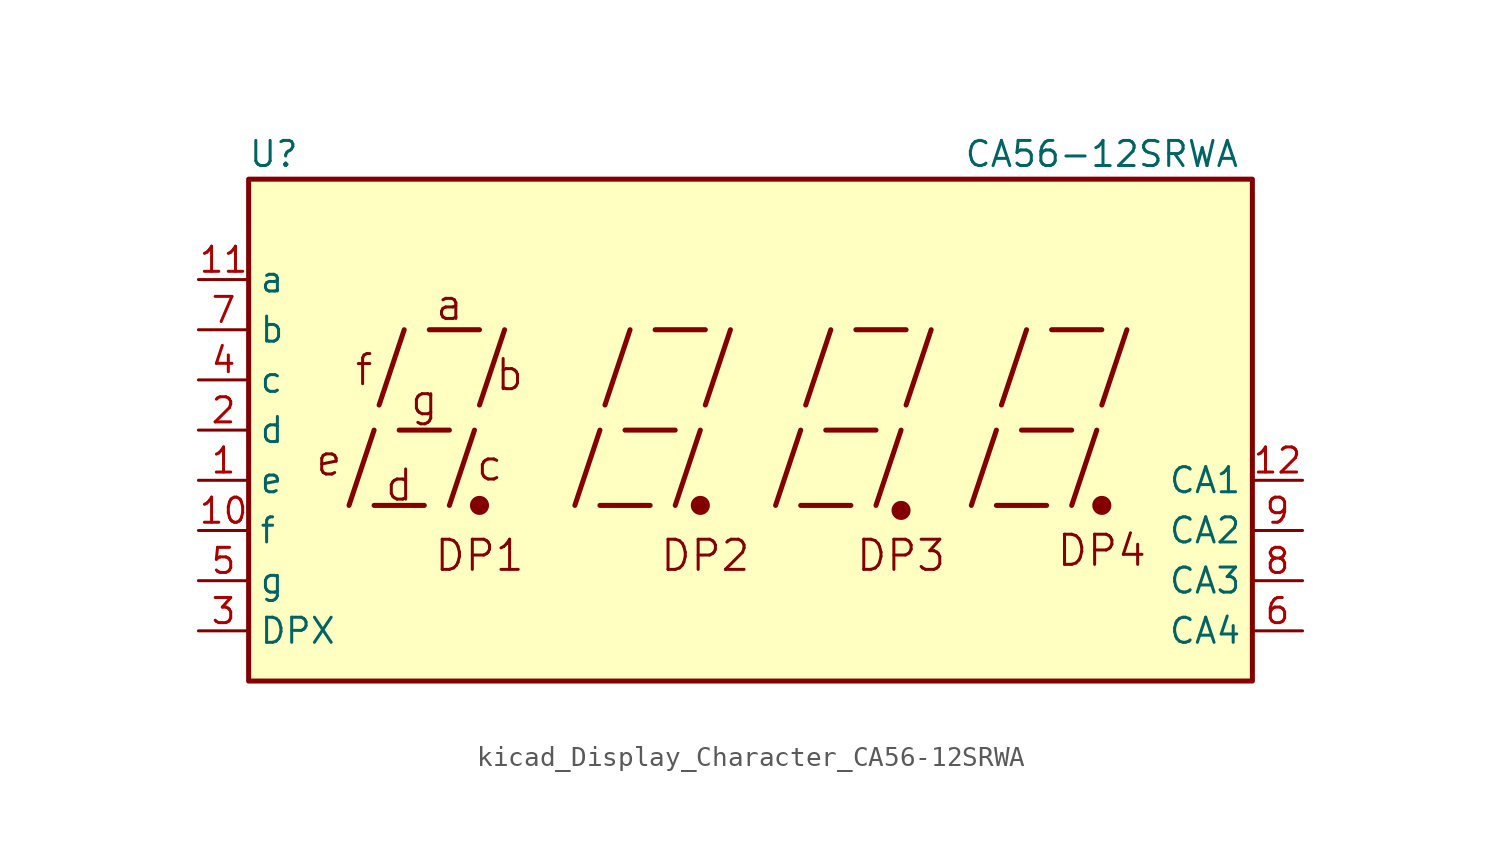
<source format=kicad_sym>
(kicad_symbol_lib
  (version 20220914)
  (generator kicad_symbol_editor)
  (symbol "kicad_Display_Character_CA56-12SRWA"
    (property "Reference" "U"
      (at -24.13 13.97 0)
      (effects (font (size 1.27 1.27))))
    (property "Value" "CA56-12SRWA"
      (at 17.78 13.97 0)
      (effects (font (size 1.27 1.27))))
    (symbol "kicad_Display_Character_CA56-12SRWA_0_0"
      (rectangle (start -25.4 12.7) (end 25.4 -12.7) (stroke (width 0.254) (type default)) (fill (type background)))
      (polyline (pts (xy -20.32 -3.81) (xy -19.05 0)) (stroke (width 0.254) (type default)) (fill (type none)))
      (polyline (pts (xy -19.05 -3.81) (xy -16.51 -3.81)) (stroke (width 0.254) (type default)) (fill (type none)))
      (polyline (pts (xy -18.796 1.27) (xy -17.526 5.08)) (stroke (width 0.254) (type default)) (fill (type none)))
      (polyline (pts (xy -17.78 0) (xy -15.24 0)) (stroke (width 0.254) (type default)) (fill (type none)))
      (polyline (pts (xy -16.256 5.08) (xy -13.716 5.08)) (stroke (width 0.254) (type default)) (fill (type none)))
      (polyline (pts (xy -15.24 -3.81) (xy -13.97 0)) (stroke (width 0.254) (type default)) (fill (type none)))
      (polyline (pts (xy -13.716 1.27) (xy -12.446 5.08)) (stroke (width 0.254) (type default)) (fill (type none)))
      (polyline (pts (xy -8.89 -3.81) (xy -7.62 0)) (stroke (width 0.254) (type default)) (fill (type none)))
      (polyline (pts (xy -7.62 -3.81) (xy -5.08 -3.81)) (stroke (width 0.254) (type default)) (fill (type none)))
      (polyline (pts (xy -7.366 1.27) (xy -6.096 5.08)) (stroke (width 0.254) (type default)) (fill (type none)))
      (polyline (pts (xy -6.35 0) (xy -3.81 0)) (stroke (width 0.254) (type default)) (fill (type none)))
      (polyline (pts (xy -4.826 5.08) (xy -2.286 5.08)) (stroke (width 0.254) (type default)) (fill (type none)))
      (polyline (pts (xy -3.81 -3.81) (xy -2.54 0)) (stroke (width 0.254) (type default)) (fill (type none)))
      (polyline (pts (xy -2.286 1.27) (xy -1.016 5.08)) (stroke (width 0.254) (type default)) (fill (type none)))
      (polyline (pts (xy 1.27 -3.81) (xy 2.54 0)) (stroke (width 0.254) (type default)) (fill (type none)))
      (polyline (pts (xy 2.54 -3.81) (xy 5.08 -3.81)) (stroke (width 0.254) (type default)) (fill (type none)))
      (polyline (pts (xy 2.794 1.27) (xy 4.064 5.08)) (stroke (width 0.254) (type default)) (fill (type none)))
      (polyline (pts (xy 3.81 0) (xy 6.35 0)) (stroke (width 0.254) (type default)) (fill (type none)))
      (polyline (pts (xy 5.334 5.08) (xy 7.874 5.08)) (stroke (width 0.254) (type default)) (fill (type none)))
      (polyline (pts (xy 6.35 -3.81) (xy 7.62 0)) (stroke (width 0.254) (type default)) (fill (type none)))
      (polyline (pts (xy 7.874 1.27) (xy 9.144 5.08)) (stroke (width 0.254) (type default)) (fill (type none)))
      (polyline (pts (xy 11.176 -3.81) (xy 12.446 0)) (stroke (width 0.254) (type default)) (fill (type none)))
      (polyline (pts (xy 12.446 -3.81) (xy 14.986 -3.81)) (stroke (width 0.254) (type default)) (fill (type none)))
      (polyline (pts (xy 12.7 1.27) (xy 13.97 5.08)) (stroke (width 0.254) (type default)) (fill (type none)))
      (polyline (pts (xy 13.716 0) (xy 16.256 0)) (stroke (width 0.254) (type default)) (fill (type none)))
      (polyline (pts (xy 15.24 5.08) (xy 17.78 5.08)) (stroke (width 0.254) (type default)) (fill (type none)))
      (polyline (pts (xy 16.256 -3.81) (xy 17.526 0)) (stroke (width 0.254) (type default)) (fill (type none)))
      (polyline (pts (xy 17.78 1.27) (xy 19.05 5.08)) (stroke (width 0.254) (type default)) (fill (type none)))
      (text "a" (at -15.24 6.35 0) (effects (font (size 1.524 1.524))))
      (text "b" (at -12.192 2.794 0) (effects (font (size 1.524 1.524))))
      (text "c" (at -13.208 -1.778 0) (effects (font (size 1.524 1.524))))
      (text "d" (at -17.78 -2.794 0) (effects (font (size 1.524 1.524))))
      (text "DP1" (at -13.716 -6.35 0) (effects (font (size 1.524 1.524))))
      (text "DP2" (at -2.286 -6.35 0) (effects (font (size 1.524 1.524))))
      (text "DP3" (at 7.62 -6.35 0) (effects (font (size 1.524 1.524))))
      (text "DP4" (at 17.78 -6.096 0) (effects (font (size 1.524 1.524))))
      (text "e" (at -21.336 -1.524 0) (effects (font (size 1.524 1.524))))
      (text "f" (at -19.558 3.048 0) (effects (font (size 1.524 1.524))))
      (text "g" (at -16.51 1.524 0) (effects (font (size 1.524 1.524)))))
    (symbol "kicad_Display_Character_CA56-12SRWA_0_1"
      (circle (center -13.716 -3.81) (radius 0.356) (stroke (width 0.254) (type default)) (fill (type outline)))
      (circle (center -2.54 -3.81) (radius 0.356) (stroke (width 0.254) (type default)) (fill (type outline))))
    (symbol "kicad_Display_Character_CA56-12SRWA_1_0"
      (circle (center 7.62 -4.064) (radius 0.356) (stroke (width 0.254) (type default)) (fill (type outline)))
      (circle (center 17.78 -3.81) (radius 0.356) (stroke (width 0.254) (type default)) (fill (type outline))))
    (symbol "kicad_Display_Character_CA56-12SRWA_1_1"
      (pin input line (at -27.94 -2.54 0) (length 2.54) (name "e" (effects (font (size 1.27 1.27)))) (number "1" (effects (font (size 1.27 1.27)))))
      (pin input line (at -27.94 -5.08 0) (length 2.54) (name "f" (effects (font (size 1.27 1.27)))) (number "10" (effects (font (size 1.27 1.27)))))
      (pin input line (at -27.94 7.62 0) (length 2.54) (name "a" (effects (font (size 1.27 1.27)))) (number "11" (effects (font (size 1.27 1.27)))))
      (pin input line (at 27.94 -2.54 180) (length 2.54) (name "CA1" (effects (font (size 1.27 1.27)))) (number "12" (effects (font (size 1.27 1.27)))))
      (pin input line (at -27.94 0 0) (length 2.54) (name "d" (effects (font (size 1.27 1.27)))) (number "2" (effects (font (size 1.27 1.27)))))
      (pin input line (at -27.94 -10.16 0) (length 2.54) (name "DPX" (effects (font (size 1.27 1.27)))) (number "3" (effects (font (size 1.27 1.27)))))
      (pin input line (at -27.94 2.54 0) (length 2.54) (name "c" (effects (font (size 1.27 1.27)))) (number "4" (effects (font (size 1.27 1.27)))))
      (pin input line (at -27.94 -7.62 0) (length 2.54) (name "g" (effects (font (size 1.27 1.27)))) (number "5" (effects (font (size 1.27 1.27)))))
      (pin input line (at 27.94 -10.16 180) (length 2.54) (name "CA4" (effects (font (size 1.27 1.27)))) (number "6" (effects (font (size 1.27 1.27)))))
      (pin input line (at -27.94 5.08 0) (length 2.54) (name "b" (effects (font (size 1.27 1.27)))) (number "7" (effects (font (size 1.27 1.27)))))
      (pin input line (at 27.94 -7.62 180) (length 2.54) (name "CA3" (effects (font (size 1.27 1.27)))) (number "8" (effects (font (size 1.27 1.27)))))
      (pin input line (at 27.94 -5.08 180) (length 2.54) (name "CA2" (effects (font (size 1.27 1.27)))) (number "9" (effects (font (size 1.27 1.27))))))))
</source>
